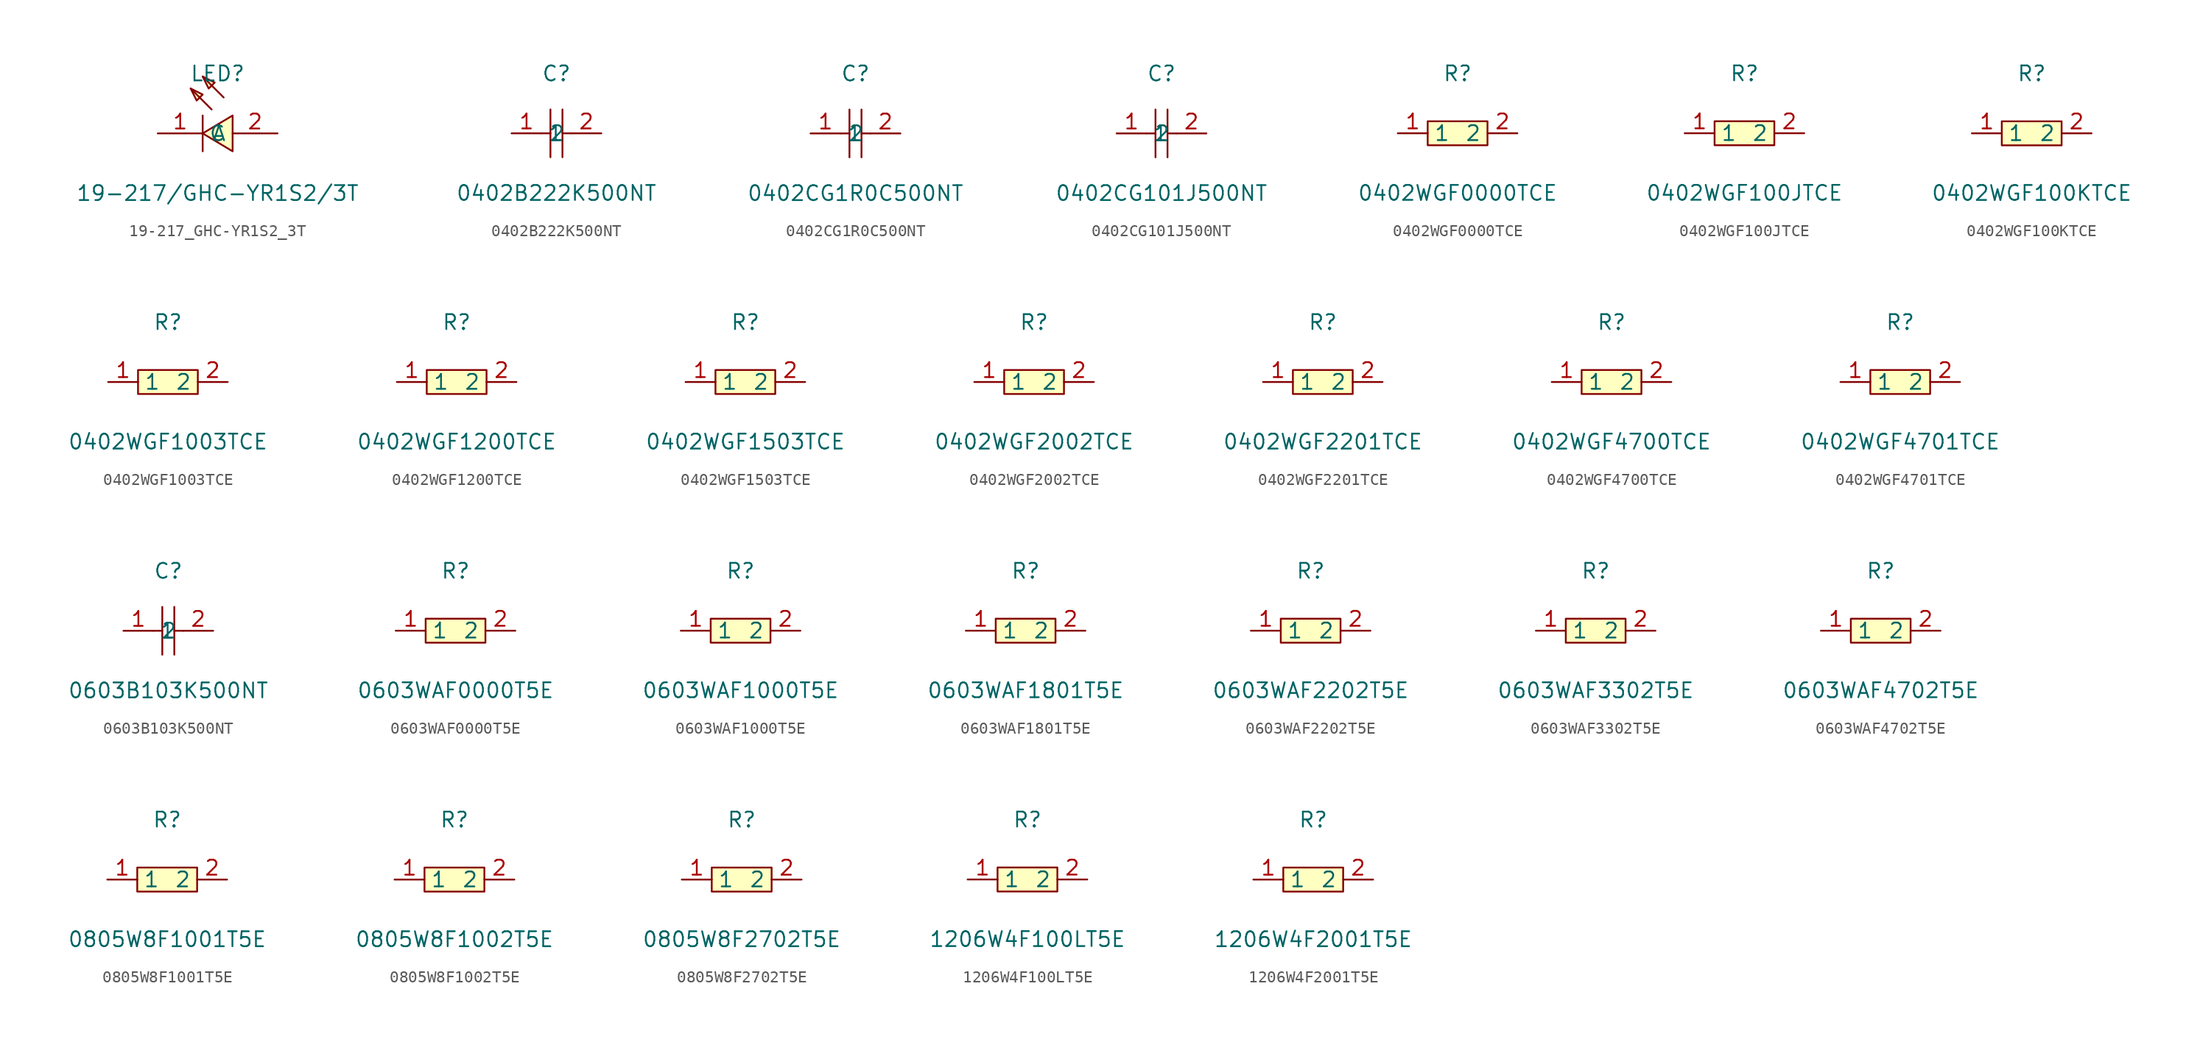
<source format=kicad_sym>
(kicad_symbol_lib
  (version 20231120)
  (generator "kicad_symbol_editor")
  (generator_version "8.0")
  (symbol "19-217_GHC-YR1S2_3T"
    (property "Reference" "LED"
      (at 0 5.08 0)
      (effects (font (size 1.27 1.27))))
    (property "Value" "19-217/GHC-YR1S2/3T"
      (at 0 -5.08 0)
      (effects (font (size 1.27 1.27))))
    (symbol "19-217_GHC-YR1S2_3T_0_1"
      (polyline (pts (xy -1.27 1.52) (xy -1.27 -1.52)) (stroke (width 0) (type default)) (fill (type none)))
      (polyline (pts (xy -0.51 2.03) (xy -2.29 3.81)) (stroke (width 0) (type default)) (fill (type none)))
      (polyline (pts (xy 0.51 3.05) (xy -1.27 4.83)) (stroke (width 0) (type default)) (fill (type none)))
      (polyline (pts (xy -2.29 3.81) (xy -1.27 3.3) (xy -1.78 2.79) (xy -2.29 3.81)) (stroke (width 0) (type default)) (fill (type background)))
      (polyline (pts (xy -1.27 4.83) (xy -0.25 4.32) (xy -0.76 3.81) (xy -1.27 4.83)) (stroke (width 0) (type default)) (fill (type background)))
      (polyline (pts (xy 1.27 -1.52) (xy -1.27 0) (xy 1.27 1.52) (xy 1.27 -1.52)) (stroke (width 0) (type default)) (fill (type background)))
      (pin input line (at -5.08 0 0) (length 3.81) (name "C" (effects (font (size 1.27 1.27)))) (number "1" (effects (font (size 1.27 1.27)))))
      (pin input line (at 5.08 0 180) (length 3.81) (name "A" (effects (font (size 1.27 1.27)))) (number "2" (effects (font (size 1.27 1.27)))))))
  (symbol "0402B222K500NT"
    (property "Reference" "C"
      (at 0 5.08 0)
      (effects (font (size 1.27 1.27))))
    (property "Value" "0402B222K500NT"
      (at 0 -5.08 0)
      (effects (font (size 1.27 1.27))))
    (symbol "0402B222K500NT_0_1"
      (polyline (pts (xy -1.27 0) (xy -0.51 0)) (stroke (width 0) (type default)) (fill (type none)))
      (polyline (pts (xy -0.51 2.03) (xy -0.51 -2.03)) (stroke (width 0) (type default)) (fill (type none)))
      (polyline (pts (xy 0.51 0) (xy 1.27 0)) (stroke (width 0) (type default)) (fill (type none)))
      (polyline (pts (xy 0.51 2.03) (xy 0.51 -2.03)) (stroke (width 0) (type default)) (fill (type none)))
      (pin input line (at -3.81 0 0) (length 2.54) (name "1" (effects (font (size 1.27 1.27)))) (number "1" (effects (font (size 1.27 1.27)))))
      (pin input line (at 3.81 0 180) (length 2.54) (name "2" (effects (font (size 1.27 1.27)))) (number "2" (effects (font (size 1.27 1.27)))))))
  (symbol "0402CG1R0C500NT"
    (property "Reference" "C"
      (at 0 5.08 0)
      (effects (font (size 1.27 1.27))))
    (property "Value" "0402CG1R0C500NT"
      (at 0 -5.08 0)
      (effects (font (size 1.27 1.27))))
    (symbol "0402CG1R0C500NT_0_1"
      (polyline (pts (xy -1.27 0) (xy -0.51 0)) (stroke (width 0) (type default)) (fill (type none)))
      (polyline (pts (xy -0.51 2.03) (xy -0.51 -2.03)) (stroke (width 0) (type default)) (fill (type none)))
      (polyline (pts (xy 0.51 0) (xy 1.27 0)) (stroke (width 0) (type default)) (fill (type none)))
      (polyline (pts (xy 0.51 2.03) (xy 0.51 -2.03)) (stroke (width 0) (type default)) (fill (type none)))
      (pin input line (at -3.81 0 0) (length 2.54) (name "1" (effects (font (size 1.27 1.27)))) (number "1" (effects (font (size 1.27 1.27)))))
      (pin input line (at 3.81 0 180) (length 2.54) (name "2" (effects (font (size 1.27 1.27)))) (number "2" (effects (font (size 1.27 1.27)))))))
  (symbol "0402CG101J500NT"
    (property "Reference" "C"
      (at 0 5.08 0)
      (effects (font (size 1.27 1.27))))
    (property "Value" "0402CG101J500NT"
      (at 0 -5.08 0)
      (effects (font (size 1.27 1.27))))
    (symbol "0402CG101J500NT_0_1"
      (polyline (pts (xy -1.27 0) (xy -0.51 0)) (stroke (width 0) (type default)) (fill (type none)))
      (polyline (pts (xy -0.51 2.03) (xy -0.51 -2.03)) (stroke (width 0) (type default)) (fill (type none)))
      (polyline (pts (xy 0.51 0) (xy 1.27 0)) (stroke (width 0) (type default)) (fill (type none)))
      (polyline (pts (xy 0.51 2.03) (xy 0.51 -2.03)) (stroke (width 0) (type default)) (fill (type none)))
      (pin input line (at -3.81 0 0) (length 2.54) (name "1" (effects (font (size 1.27 1.27)))) (number "1" (effects (font (size 1.27 1.27)))))
      (pin input line (at 3.81 0 180) (length 2.54) (name "2" (effects (font (size 1.27 1.27)))) (number "2" (effects (font (size 1.27 1.27)))))))
  (symbol "0402WGF0000TCE"
    (property "Reference" "R"
      (at 0 5.08 0)
      (effects (font (size 1.27 1.27))))
    (property "Value" "0402WGF0000TCE"
      (at 0 -5.08 0)
      (effects (font (size 1.27 1.27))))
    (symbol "0402WGF0000TCE_0_1"
      (rectangle (start -2.54 1.02) (end 2.54 -1.02) (stroke (width 0) (type default)) (fill (type background)))
      (pin input line (at -5.08 0 0) (length 2.54) (name "1" (effects (font (size 1.27 1.27)))) (number "1" (effects (font (size 1.27 1.27)))))
      (pin input line (at 5.08 0 180) (length 2.54) (name "2" (effects (font (size 1.27 1.27)))) (number "2" (effects (font (size 1.27 1.27)))))))
  (symbol "0402WGF100JTCE"
    (property "Reference" "R"
      (at 0 5.08 0)
      (effects (font (size 1.27 1.27))))
    (property "Value" "0402WGF100JTCE"
      (at 0 -5.08 0)
      (effects (font (size 1.27 1.27))))
    (symbol "0402WGF100JTCE_0_1"
      (rectangle (start -2.54 1.02) (end 2.54 -1.02) (stroke (width 0) (type default)) (fill (type background)))
      (pin input line (at -5.08 0 0) (length 2.54) (name "1" (effects (font (size 1.27 1.27)))) (number "1" (effects (font (size 1.27 1.27)))))
      (pin input line (at 5.08 0 180) (length 2.54) (name "2" (effects (font (size 1.27 1.27)))) (number "2" (effects (font (size 1.27 1.27)))))))
  (symbol "0402WGF100KTCE"
    (property "Reference" "R"
      (at 0 5.08 0)
      (effects (font (size 1.27 1.27))))
    (property "Value" "0402WGF100KTCE"
      (at 0 -5.08 0)
      (effects (font (size 1.27 1.27))))
    (symbol "0402WGF100KTCE_0_1"
      (rectangle (start -2.54 1.02) (end 2.54 -1.02) (stroke (width 0) (type default)) (fill (type background)))
      (pin input line (at -5.08 0 0) (length 2.54) (name "1" (effects (font (size 1.27 1.27)))) (number "1" (effects (font (size 1.27 1.27)))))
      (pin input line (at 5.08 0 180) (length 2.54) (name "2" (effects (font (size 1.27 1.27)))) (number "2" (effects (font (size 1.27 1.27)))))))
  (symbol "0402WGF1003TCE"
    (property "Reference" "R"
      (at 0 5.08 0)
      (effects (font (size 1.27 1.27))))
    (property "Value" "0402WGF1003TCE"
      (at 0 -5.08 0)
      (effects (font (size 1.27 1.27))))
    (symbol "0402WGF1003TCE_0_1"
      (rectangle (start -2.54 1.02) (end 2.54 -1.02) (stroke (width 0) (type default)) (fill (type background)))
      (pin input line (at -5.08 0 0) (length 2.54) (name "1" (effects (font (size 1.27 1.27)))) (number "1" (effects (font (size 1.27 1.27)))))
      (pin input line (at 5.08 0 180) (length 2.54) (name "2" (effects (font (size 1.27 1.27)))) (number "2" (effects (font (size 1.27 1.27)))))))
  (symbol "0402WGF1200TCE"
    (property "Reference" "R"
      (at 0 5.08 0)
      (effects (font (size 1.27 1.27))))
    (property "Value" "0402WGF1200TCE"
      (at 0 -5.08 0)
      (effects (font (size 1.27 1.27))))
    (symbol "0402WGF1200TCE_0_1"
      (rectangle (start -2.54 1.02) (end 2.54 -1.02) (stroke (width 0) (type default)) (fill (type background)))
      (pin input line (at -5.08 0 0) (length 2.54) (name "1" (effects (font (size 1.27 1.27)))) (number "1" (effects (font (size 1.27 1.27)))))
      (pin input line (at 5.08 0 180) (length 2.54) (name "2" (effects (font (size 1.27 1.27)))) (number "2" (effects (font (size 1.27 1.27)))))))
  (symbol "0402WGF1503TCE"
    (property "Reference" "R"
      (at 0 5.08 0)
      (effects (font (size 1.27 1.27))))
    (property "Value" "0402WGF1503TCE"
      (at 0 -5.08 0)
      (effects (font (size 1.27 1.27))))
    (symbol "0402WGF1503TCE_0_1"
      (rectangle (start -2.54 1.02) (end 2.54 -1.02) (stroke (width 0) (type default)) (fill (type background)))
      (pin input line (at -5.08 0 0) (length 2.54) (name "1" (effects (font (size 1.27 1.27)))) (number "1" (effects (font (size 1.27 1.27)))))
      (pin input line (at 5.08 0 180) (length 2.54) (name "2" (effects (font (size 1.27 1.27)))) (number "2" (effects (font (size 1.27 1.27)))))))
  (symbol "0402WGF2002TCE"
    (property "Reference" "R"
      (at 0 5.08 0)
      (effects (font (size 1.27 1.27))))
    (property "Value" "0402WGF2002TCE"
      (at 0 -5.08 0)
      (effects (font (size 1.27 1.27))))
    (symbol "0402WGF2002TCE_0_1"
      (rectangle (start -2.54 1.02) (end 2.54 -1.02) (stroke (width 0) (type default)) (fill (type background)))
      (pin input line (at -5.08 0 0) (length 2.54) (name "1" (effects (font (size 1.27 1.27)))) (number "1" (effects (font (size 1.27 1.27)))))
      (pin input line (at 5.08 0 180) (length 2.54) (name "2" (effects (font (size 1.27 1.27)))) (number "2" (effects (font (size 1.27 1.27)))))))
  (symbol "0402WGF2201TCE"
    (property "Reference" "R"
      (at 0 5.08 0)
      (effects (font (size 1.27 1.27))))
    (property "Value" "0402WGF2201TCE"
      (at 0 -5.08 0)
      (effects (font (size 1.27 1.27))))
    (symbol "0402WGF2201TCE_0_1"
      (rectangle (start -2.54 1.02) (end 2.54 -1.02) (stroke (width 0) (type default)) (fill (type background)))
      (pin input line (at -5.08 0 0) (length 2.54) (name "1" (effects (font (size 1.27 1.27)))) (number "1" (effects (font (size 1.27 1.27)))))
      (pin input line (at 5.08 0 180) (length 2.54) (name "2" (effects (font (size 1.27 1.27)))) (number "2" (effects (font (size 1.27 1.27)))))))
  (symbol "0402WGF4700TCE"
    (property "Reference" "R"
      (at 0 5.08 0)
      (effects (font (size 1.27 1.27))))
    (property "Value" "0402WGF4700TCE"
      (at 0 -5.08 0)
      (effects (font (size 1.27 1.27))))
    (symbol "0402WGF4700TCE_0_1"
      (rectangle (start -2.54 1.02) (end 2.54 -1.02) (stroke (width 0) (type default)) (fill (type background)))
      (pin input line (at -5.08 0 0) (length 2.54) (name "1" (effects (font (size 1.27 1.27)))) (number "1" (effects (font (size 1.27 1.27)))))
      (pin input line (at 5.08 0 180) (length 2.54) (name "2" (effects (font (size 1.27 1.27)))) (number "2" (effects (font (size 1.27 1.27)))))))
  (symbol "0402WGF4701TCE"
    (property "Reference" "R"
      (at 0 5.08 0)
      (effects (font (size 1.27 1.27))))
    (property "Value" "0402WGF4701TCE"
      (at 0 -5.08 0)
      (effects (font (size 1.27 1.27))))
    (symbol "0402WGF4701TCE_0_1"
      (rectangle (start -2.54 1.02) (end 2.54 -1.02) (stroke (width 0) (type default)) (fill (type background)))
      (pin input line (at -5.08 0 0) (length 2.54) (name "1" (effects (font (size 1.27 1.27)))) (number "1" (effects (font (size 1.27 1.27)))))
      (pin input line (at 5.08 0 180) (length 2.54) (name "2" (effects (font (size 1.27 1.27)))) (number "2" (effects (font (size 1.27 1.27)))))))
  (symbol "0603B103K500NT"
    (property "Reference" "C"
      (at 0 5.08 0)
      (effects (font (size 1.27 1.27))))
    (property "Value" "0603B103K500NT"
      (at 0 -5.08 0)
      (effects (font (size 1.27 1.27))))
    (symbol "0603B103K500NT_0_1"
      (polyline (pts (xy -1.27 0) (xy -0.51 0)) (stroke (width 0) (type default)) (fill (type none)))
      (polyline (pts (xy -0.51 2.03) (xy -0.51 -2.03)) (stroke (width 0) (type default)) (fill (type none)))
      (polyline (pts (xy 0.51 0) (xy 1.27 0)) (stroke (width 0) (type default)) (fill (type none)))
      (polyline (pts (xy 0.51 2.03) (xy 0.51 -2.03)) (stroke (width 0) (type default)) (fill (type none)))
      (pin input line (at -3.81 0 0) (length 2.54) (name "1" (effects (font (size 1.27 1.27)))) (number "1" (effects (font (size 1.27 1.27)))))
      (pin input line (at 3.81 0 180) (length 2.54) (name "2" (effects (font (size 1.27 1.27)))) (number "2" (effects (font (size 1.27 1.27)))))))
  (symbol "0603WAF0000T5E"
    (property "Reference" "R"
      (at 0 5.08 0)
      (effects (font (size 1.27 1.27))))
    (property "Value" "0603WAF0000T5E"
      (at 0 -5.08 0)
      (effects (font (size 1.27 1.27))))
    (symbol "0603WAF0000T5E_0_1"
      (rectangle (start -2.54 1.02) (end 2.54 -1.02) (stroke (width 0) (type default)) (fill (type background)))
      (pin input line (at -5.08 0 0) (length 2.54) (name "1" (effects (font (size 1.27 1.27)))) (number "1" (effects (font (size 1.27 1.27)))))
      (pin input line (at 5.08 0 180) (length 2.54) (name "2" (effects (font (size 1.27 1.27)))) (number "2" (effects (font (size 1.27 1.27)))))))
  (symbol "0603WAF1000T5E"
    (property "Reference" "R"
      (at 0 5.08 0)
      (effects (font (size 1.27 1.27))))
    (property "Value" "0603WAF1000T5E"
      (at 0 -5.08 0)
      (effects (font (size 1.27 1.27))))
    (symbol "0603WAF1000T5E_0_1"
      (rectangle (start -2.54 1.02) (end 2.54 -1.02) (stroke (width 0) (type default)) (fill (type background)))
      (pin input line (at -5.08 0 0) (length 2.54) (name "1" (effects (font (size 1.27 1.27)))) (number "1" (effects (font (size 1.27 1.27)))))
      (pin input line (at 5.08 0 180) (length 2.54) (name "2" (effects (font (size 1.27 1.27)))) (number "2" (effects (font (size 1.27 1.27)))))))
  (symbol "0603WAF1801T5E"
    (property "Reference" "R"
      (at 0 5.08 0)
      (effects (font (size 1.27 1.27))))
    (property "Value" "0603WAF1801T5E"
      (at 0 -5.08 0)
      (effects (font (size 1.27 1.27))))
    (symbol "0603WAF1801T5E_0_1"
      (rectangle (start -2.54 1.02) (end 2.54 -1.02) (stroke (width 0) (type default)) (fill (type background)))
      (pin input line (at -5.08 0 0) (length 2.54) (name "1" (effects (font (size 1.27 1.27)))) (number "1" (effects (font (size 1.27 1.27)))))
      (pin input line (at 5.08 0 180) (length 2.54) (name "2" (effects (font (size 1.27 1.27)))) (number "2" (effects (font (size 1.27 1.27)))))))
  (symbol "0603WAF2202T5E"
    (property "Reference" "R"
      (at 0 5.08 0)
      (effects (font (size 1.27 1.27))))
    (property "Value" "0603WAF2202T5E"
      (at 0 -5.08 0)
      (effects (font (size 1.27 1.27))))
    (symbol "0603WAF2202T5E_0_1"
      (rectangle (start -2.54 1.02) (end 2.54 -1.02) (stroke (width 0) (type default)) (fill (type background)))
      (pin input line (at -5.08 0 0) (length 2.54) (name "1" (effects (font (size 1.27 1.27)))) (number "1" (effects (font (size 1.27 1.27)))))
      (pin input line (at 5.08 0 180) (length 2.54) (name "2" (effects (font (size 1.27 1.27)))) (number "2" (effects (font (size 1.27 1.27)))))))
  (symbol "0603WAF3302T5E"
    (property "Reference" "R"
      (at 0 5.08 0)
      (effects (font (size 1.27 1.27))))
    (property "Value" "0603WAF3302T5E"
      (at 0 -5.08 0)
      (effects (font (size 1.27 1.27))))
    (symbol "0603WAF3302T5E_0_1"
      (rectangle (start -2.54 1.02) (end 2.54 -1.02) (stroke (width 0) (type default)) (fill (type background)))
      (pin input line (at -5.08 0 0) (length 2.54) (name "1" (effects (font (size 1.27 1.27)))) (number "1" (effects (font (size 1.27 1.27)))))
      (pin input line (at 5.08 0 180) (length 2.54) (name "2" (effects (font (size 1.27 1.27)))) (number "2" (effects (font (size 1.27 1.27)))))))
  (symbol "0603WAF4702T5E"
    (property "Reference" "R"
      (at 0 5.08 0)
      (effects (font (size 1.27 1.27))))
    (property "Value" "0603WAF4702T5E"
      (at 0 -5.08 0)
      (effects (font (size 1.27 1.27))))
    (symbol "0603WAF4702T5E_0_1"
      (rectangle (start -2.54 1.02) (end 2.54 -1.02) (stroke (width 0) (type default)) (fill (type background)))
      (pin input line (at -5.08 0 0) (length 2.54) (name "1" (effects (font (size 1.27 1.27)))) (number "1" (effects (font (size 1.27 1.27)))))
      (pin input line (at 5.08 0 180) (length 2.54) (name "2" (effects (font (size 1.27 1.27)))) (number "2" (effects (font (size 1.27 1.27)))))))
  (symbol "0805W8F1001T5E"
    (property "Reference" "R"
      (at 0 5.08 0)
      (effects (font (size 1.27 1.27))))
    (property "Value" "0805W8F1001T5E"
      (at 0 -5.08 0)
      (effects (font (size 1.27 1.27))))
    (symbol "0805W8F1001T5E_0_1"
      (rectangle (start -2.54 1.02) (end 2.54 -1.02) (stroke (width 0) (type default)) (fill (type background)))
      (pin input line (at -5.08 0 0) (length 2.54) (name "1" (effects (font (size 1.27 1.27)))) (number "1" (effects (font (size 1.27 1.27)))))
      (pin input line (at 5.08 0 180) (length 2.54) (name "2" (effects (font (size 1.27 1.27)))) (number "2" (effects (font (size 1.27 1.27)))))))
  (symbol "0805W8F1002T5E"
    (property "Reference" "R"
      (at 0 5.08 0)
      (effects (font (size 1.27 1.27))))
    (property "Value" "0805W8F1002T5E"
      (at 0 -5.08 0)
      (effects (font (size 1.27 1.27))))
    (symbol "0805W8F1002T5E_0_1"
      (rectangle (start -2.54 1.02) (end 2.54 -1.02) (stroke (width 0) (type default)) (fill (type background)))
      (pin input line (at -5.08 0 0) (length 2.54) (name "1" (effects (font (size 1.27 1.27)))) (number "1" (effects (font (size 1.27 1.27)))))
      (pin input line (at 5.08 0 180) (length 2.54) (name "2" (effects (font (size 1.27 1.27)))) (number "2" (effects (font (size 1.27 1.27)))))))
  (symbol "0805W8F2702T5E"
    (property "Reference" "R"
      (at 0 5.08 0)
      (effects (font (size 1.27 1.27))))
    (property "Value" "0805W8F2702T5E"
      (at 0 -5.08 0)
      (effects (font (size 1.27 1.27))))
    (symbol "0805W8F2702T5E_0_1"
      (rectangle (start -2.54 1.02) (end 2.54 -1.02) (stroke (width 0) (type default) (color 0 0 0 0)) (fill (type background)))
      (pin input line (at 5.08 -0.00 180) (length 2.54) (name "2" (effects (font (size 1.27 1.27)))) (number "2" (effects (font (size 1.27 1.27)))))
      (pin input line (at -5.08 -0.00 0) (length 2.54) (name "1" (effects (font (size 1.27 1.27)))) (number "1" (effects (font (size 1.27 1.27)))))))
  (symbol "1206W4F100LT5E"
    (property "Reference" "R"
      (at 0 5.08 0)
      (effects (font (size 1.27 1.27))))
    (property "Value" "1206W4F100LT5E"
      (at 0 -5.08 0)
      (effects (font (size 1.27 1.27))))
    (symbol "1206W4F100LT5E_0_1"
      (rectangle (start -2.54 1.02) (end 2.54 -1.02) (stroke (width 0) (type default)) (fill (type background)))
      (pin input line (at -5.08 0 0) (length 2.54) (name "1" (effects (font (size 1.27 1.27)))) (number "1" (effects (font (size 1.27 1.27)))))
      (pin input line (at 5.08 0 180) (length 2.54) (name "2" (effects (font (size 1.27 1.27)))) (number "2" (effects (font (size 1.27 1.27)))))))
  (symbol "1206W4F2001T5E"
    (property "Reference" "R"
      (at 0 5.08 0)
      (effects (font (size 1.27 1.27))))
    (property "Value" "1206W4F2001T5E"
      (at 0 -5.08 0)
      (effects (font (size 1.27 1.27))))
    (symbol "1206W4F2001T5E_0_1"
      (rectangle (start -2.54 1.02) (end 2.54 -1.02) (stroke (width 0) (type default)) (fill (type background)))
      (pin input line (at -5.08 0 0) (length 2.54) (name "1" (effects (font (size 1.27 1.27)))) (number "1" (effects (font (size 1.27 1.27)))))
      (pin input line (at 5.08 0 180) (length 2.54) (name "2" (effects (font (size 1.27 1.27)))) (number "2" (effects (font (size 1.27 1.27))))))))
</source>
